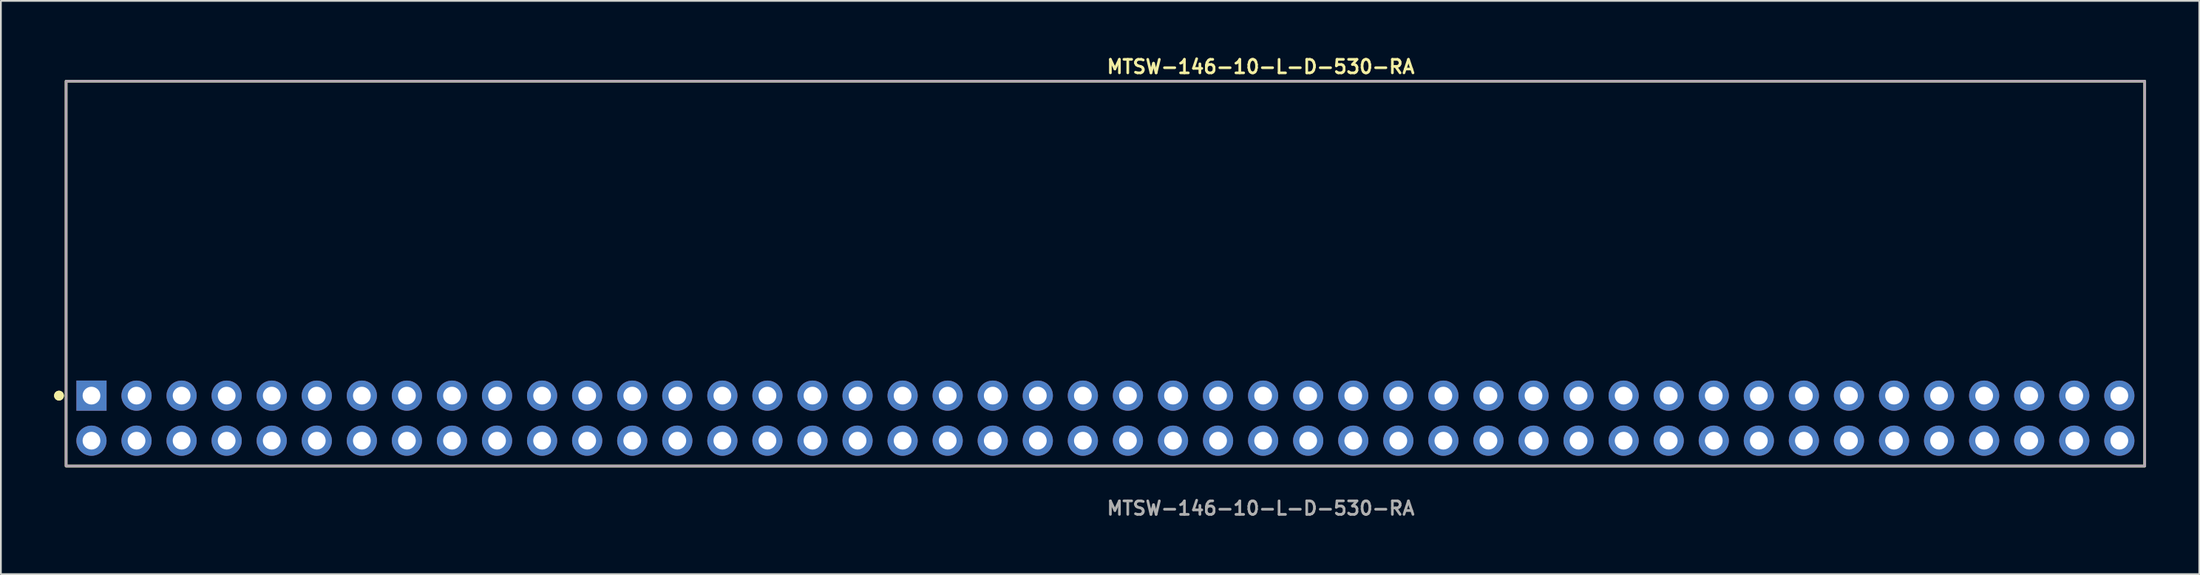
<source format=kicad_pcb>
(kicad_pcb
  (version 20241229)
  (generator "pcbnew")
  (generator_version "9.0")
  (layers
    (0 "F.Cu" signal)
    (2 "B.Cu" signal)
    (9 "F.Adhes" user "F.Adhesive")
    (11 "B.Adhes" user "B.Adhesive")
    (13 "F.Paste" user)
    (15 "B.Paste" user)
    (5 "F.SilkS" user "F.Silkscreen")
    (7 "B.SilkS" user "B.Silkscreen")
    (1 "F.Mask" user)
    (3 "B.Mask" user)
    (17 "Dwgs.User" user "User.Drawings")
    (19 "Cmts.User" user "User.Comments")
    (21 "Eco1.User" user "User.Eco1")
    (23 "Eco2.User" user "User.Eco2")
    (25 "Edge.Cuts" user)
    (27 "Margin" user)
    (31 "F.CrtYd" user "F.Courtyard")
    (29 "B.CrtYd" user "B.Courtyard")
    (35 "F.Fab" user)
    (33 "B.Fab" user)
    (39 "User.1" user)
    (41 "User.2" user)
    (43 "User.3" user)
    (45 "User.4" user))
  (footprint "MTSW-146-10-L-D-530-RA"
    (layer "F.Cu")
    (at 59.256 20.525)
    (property "Reference" "MTSW-146-10-L-D-530-RA" (at 0 -19.812 0) (unlocked yes) (layer "F.SilkS") (effects (font (size 0.762 0.762) (thickness 0.152)) (justify left)))
    (fp_rect (start -58.58 2.7) (end 58.58 -19) (stroke (width 0.152) (type solid)) (fill no) (layer "F.SilkS"))
    (fp_circle (center -58.98 -1.27) (end -59.18 -1.27) (stroke (width 0.152) (type solid)) (fill yes) (layer "F.SilkS"))
    (fp_circle (center -58.98 -1.27) (end -59.18 -1.27) (stroke (width 0.152) (type solid)) (fill yes) (layer "F.SilkS"))
    (fp_rect (start -58.58 2.7) (end 58.58 -19) (stroke (width 0.006) (type solid)) (fill no) (layer "F.CrtYd"))
    (fp_rect (start -58.58 2.7) (end 58.58 -19) (stroke (width 0.152) (type solid)) (fill no) (layer "F.Fab"))
    (fp_text user "${REFERENCE}" (at 0 5.08 0) (unlocked yes) (layer "F.Fab") (effects (font (size 0.762 0.762) (thickness 0.152)) (justify left)))
    (pad "1" thru_hole rect (at -57.15 -1.27) (size 1.7 1.7) (drill 1) (layers "*.Cu" "*.Mask"))
    (pad "2" thru_hole circle (at -57.15 1.27) (size 1.7 1.7) (drill 1) (layers "*.Cu" "*.Mask"))
    (pad "3" thru_hole circle (at -54.61 -1.27) (size 1.7 1.7) (drill 1) (layers "*.Cu" "*.Mask"))
    (pad "4" thru_hole circle (at -54.61 1.27) (size 1.7 1.7) (drill 1) (layers "*.Cu" "*.Mask"))
    (pad "5" thru_hole circle (at -52.07 -1.27) (size 1.7 1.7) (drill 1) (layers "*.Cu" "*.Mask"))
    (pad "6" thru_hole circle (at -52.07 1.27) (size 1.7 1.7) (drill 1) (layers "*.Cu" "*.Mask"))
    (pad "7" thru_hole circle (at -49.53 -1.27) (size 1.7 1.7) (drill 1) (layers "*.Cu" "*.Mask"))
    (pad "8" thru_hole circle (at -49.53 1.27) (size 1.7 1.7) (drill 1) (layers "*.Cu" "*.Mask"))
    (pad "9" thru_hole circle (at -46.99 -1.27) (size 1.7 1.7) (drill 1) (layers "*.Cu" "*.Mask"))
    (pad "10" thru_hole circle (at -46.99 1.27) (size 1.7 1.7) (drill 1) (layers "*.Cu" "*.Mask"))
    (pad "11" thru_hole circle (at -44.45 -1.27) (size 1.7 1.7) (drill 1) (layers "*.Cu" "*.Mask"))
    (pad "12" thru_hole circle (at -44.45 1.27) (size 1.7 1.7) (drill 1) (layers "*.Cu" "*.Mask"))
    (pad "13" thru_hole circle (at -41.91 -1.27) (size 1.7 1.7) (drill 1) (layers "*.Cu" "*.Mask"))
    (pad "14" thru_hole circle (at -41.91 1.27) (size 1.7 1.7) (drill 1) (layers "*.Cu" "*.Mask"))
    (pad "15" thru_hole circle (at -39.37 -1.27) (size 1.7 1.7) (drill 1) (layers "*.Cu" "*.Mask"))
    (pad "16" thru_hole circle (at -39.37 1.27) (size 1.7 1.7) (drill 1) (layers "*.Cu" "*.Mask"))
    (pad "17" thru_hole circle (at -36.83 -1.27) (size 1.7 1.7) (drill 1) (layers "*.Cu" "*.Mask"))
    (pad "18" thru_hole circle (at -36.83 1.27) (size 1.7 1.7) (drill 1) (layers "*.Cu" "*.Mask"))
    (pad "19" thru_hole circle (at -34.29 -1.27) (size 1.7 1.7) (drill 1) (layers "*.Cu" "*.Mask"))
    (pad "20" thru_hole circle (at -34.29 1.27) (size 1.7 1.7) (drill 1) (layers "*.Cu" "*.Mask"))
    (pad "21" thru_hole circle (at -31.75 -1.27) (size 1.7 1.7) (drill 1) (layers "*.Cu" "*.Mask"))
    (pad "22" thru_hole circle (at -31.75 1.27) (size 1.7 1.7) (drill 1) (layers "*.Cu" "*.Mask"))
    (pad "23" thru_hole circle (at -29.21 -1.27) (size 1.7 1.7) (drill 1) (layers "*.Cu" "*.Mask"))
    (pad "24" thru_hole circle (at -29.21 1.27) (size 1.7 1.7) (drill 1) (layers "*.Cu" "*.Mask"))
    (pad "25" thru_hole circle (at -26.67 -1.27) (size 1.7 1.7) (drill 1) (layers "*.Cu" "*.Mask"))
    (pad "26" thru_hole circle (at -26.67 1.27) (size 1.7 1.7) (drill 1) (layers "*.Cu" "*.Mask"))
    (pad "27" thru_hole circle (at -24.13 -1.27) (size 1.7 1.7) (drill 1) (layers "*.Cu" "*.Mask"))
    (pad "28" thru_hole circle (at -24.13 1.27) (size 1.7 1.7) (drill 1) (layers "*.Cu" "*.Mask"))
    (pad "29" thru_hole circle (at -21.59 -1.27) (size 1.7 1.7) (drill 1) (layers "*.Cu" "*.Mask"))
    (pad "30" thru_hole circle (at -21.59 1.27) (size 1.7 1.7) (drill 1) (layers "*.Cu" "*.Mask"))
    (pad "31" thru_hole circle (at -19.05 -1.27) (size 1.7 1.7) (drill 1) (layers "*.Cu" "*.Mask"))
    (pad "32" thru_hole circle (at -19.05 1.27) (size 1.7 1.7) (drill 1) (layers "*.Cu" "*.Mask"))
    (pad "33" thru_hole circle (at -16.51 -1.27) (size 1.7 1.7) (drill 1) (layers "*.Cu" "*.Mask"))
    (pad "34" thru_hole circle (at -16.51 1.27) (size 1.7 1.7) (drill 1) (layers "*.Cu" "*.Mask"))
    (pad "35" thru_hole circle (at -13.97 -1.27) (size 1.7 1.7) (drill 1) (layers "*.Cu" "*.Mask"))
    (pad "36" thru_hole circle (at -13.97 1.27) (size 1.7 1.7) (drill 1) (layers "*.Cu" "*.Mask"))
    (pad "37" thru_hole circle (at -11.43 -1.27) (size 1.7 1.7) (drill 1) (layers "*.Cu" "*.Mask"))
    (pad "38" thru_hole circle (at -11.43 1.27) (size 1.7 1.7) (drill 1) (layers "*.Cu" "*.Mask"))
    (pad "39" thru_hole circle (at -8.89 -1.27) (size 1.7 1.7) (drill 1) (layers "*.Cu" "*.Mask"))
    (pad "40" thru_hole circle (at -8.89 1.27) (size 1.7 1.7) (drill 1) (layers "*.Cu" "*.Mask"))
    (pad "41" thru_hole circle (at -6.35 -1.27) (size 1.7 1.7) (drill 1) (layers "*.Cu" "*.Mask"))
    (pad "42" thru_hole circle (at -6.35 1.27) (size 1.7 1.7) (drill 1) (layers "*.Cu" "*.Mask"))
    (pad "43" thru_hole circle (at -3.81 -1.27) (size 1.7 1.7) (drill 1) (layers "*.Cu" "*.Mask"))
    (pad "44" thru_hole circle (at -3.81 1.27) (size 1.7 1.7) (drill 1) (layers "*.Cu" "*.Mask"))
    (pad "45" thru_hole circle (at -1.27 -1.27) (size 1.7 1.7) (drill 1) (layers "*.Cu" "*.Mask"))
    (pad "46" thru_hole circle (at -1.27 1.27) (size 1.7 1.7) (drill 1) (layers "*.Cu" "*.Mask"))
    (pad "47" thru_hole circle (at 1.27 -1.27) (size 1.7 1.7) (drill 1) (layers "*.Cu" "*.Mask"))
    (pad "48" thru_hole circle (at 1.27 1.27) (size 1.7 1.7) (drill 1) (layers "*.Cu" "*.Mask"))
    (pad "49" thru_hole circle (at 3.81 -1.27) (size 1.7 1.7) (drill 1) (layers "*.Cu" "*.Mask"))
    (pad "50" thru_hole circle (at 3.81 1.27) (size 1.7 1.7) (drill 1) (layers "*.Cu" "*.Mask"))
    (pad "51" thru_hole circle (at 6.35 -1.27) (size 1.7 1.7) (drill 1) (layers "*.Cu" "*.Mask"))
    (pad "52" thru_hole circle (at 6.35 1.27) (size 1.7 1.7) (drill 1) (layers "*.Cu" "*.Mask"))
    (pad "53" thru_hole circle (at 8.89 -1.27) (size 1.7 1.7) (drill 1) (layers "*.Cu" "*.Mask"))
    (pad "54" thru_hole circle (at 8.89 1.27) (size 1.7 1.7) (drill 1) (layers "*.Cu" "*.Mask"))
    (pad "55" thru_hole circle (at 11.43 -1.27) (size 1.7 1.7) (drill 1) (layers "*.Cu" "*.Mask"))
    (pad "56" thru_hole circle (at 11.43 1.27) (size 1.7 1.7) (drill 1) (layers "*.Cu" "*.Mask"))
    (pad "57" thru_hole circle (at 13.97 -1.27) (size 1.7 1.7) (drill 1) (layers "*.Cu" "*.Mask"))
    (pad "58" thru_hole circle (at 13.97 1.27) (size 1.7 1.7) (drill 1) (layers "*.Cu" "*.Mask"))
    (pad "59" thru_hole circle (at 16.51 -1.27) (size 1.7 1.7) (drill 1) (layers "*.Cu" "*.Mask"))
    (pad "60" thru_hole circle (at 16.51 1.27) (size 1.7 1.7) (drill 1) (layers "*.Cu" "*.Mask"))
    (pad "61" thru_hole circle (at 19.05 -1.27) (size 1.7 1.7) (drill 1) (layers "*.Cu" "*.Mask"))
    (pad "62" thru_hole circle (at 19.05 1.27) (size 1.7 1.7) (drill 1) (layers "*.Cu" "*.Mask"))
    (pad "63" thru_hole circle (at 21.59 -1.27) (size 1.7 1.7) (drill 1) (layers "*.Cu" "*.Mask"))
    (pad "64" thru_hole circle (at 21.59 1.27) (size 1.7 1.7) (drill 1) (layers "*.Cu" "*.Mask"))
    (pad "65" thru_hole circle (at 24.13 -1.27) (size 1.7 1.7) (drill 1) (layers "*.Cu" "*.Mask"))
    (pad "66" thru_hole circle (at 24.13 1.27) (size 1.7 1.7) (drill 1) (layers "*.Cu" "*.Mask"))
    (pad "67" thru_hole circle (at 26.67 -1.27) (size 1.7 1.7) (drill 1) (layers "*.Cu" "*.Mask"))
    (pad "68" thru_hole circle (at 26.67 1.27) (size 1.7 1.7) (drill 1) (layers "*.Cu" "*.Mask"))
    (pad "69" thru_hole circle (at 29.21 -1.27) (size 1.7 1.7) (drill 1) (layers "*.Cu" "*.Mask"))
    (pad "70" thru_hole circle (at 29.21 1.27) (size 1.7 1.7) (drill 1) (layers "*.Cu" "*.Mask"))
    (pad "71" thru_hole circle (at 31.75 -1.27) (size 1.7 1.7) (drill 1) (layers "*.Cu" "*.Mask"))
    (pad "72" thru_hole circle (at 31.75 1.27) (size 1.7 1.7) (drill 1) (layers "*.Cu" "*.Mask"))
    (pad "73" thru_hole circle (at 34.29 -1.27) (size 1.7 1.7) (drill 1) (layers "*.Cu" "*.Mask"))
    (pad "74" thru_hole circle (at 34.29 1.27) (size 1.7 1.7) (drill 1) (layers "*.Cu" "*.Mask"))
    (pad "75" thru_hole circle (at 36.83 -1.27) (size 1.7 1.7) (drill 1) (layers "*.Cu" "*.Mask"))
    (pad "76" thru_hole circle (at 36.83 1.27) (size 1.7 1.7) (drill 1) (layers "*.Cu" "*.Mask"))
    (pad "77" thru_hole circle (at 39.37 -1.27) (size 1.7 1.7) (drill 1) (layers "*.Cu" "*.Mask"))
    (pad "78" thru_hole circle (at 39.37 1.27) (size 1.7 1.7) (drill 1) (layers "*.Cu" "*.Mask"))
    (pad "79" thru_hole circle (at 41.91 -1.27) (size 1.7 1.7) (drill 1) (layers "*.Cu" "*.Mask"))
    (pad "80" thru_hole circle (at 41.91 1.27) (size 1.7 1.7) (drill 1) (layers "*.Cu" "*.Mask"))
    (pad "81" thru_hole circle (at 44.45 -1.27) (size 1.7 1.7) (drill 1) (layers "*.Cu" "*.Mask"))
    (pad "82" thru_hole circle (at 44.45 1.27) (size 1.7 1.7) (drill 1) (layers "*.Cu" "*.Mask"))
    (pad "83" thru_hole circle (at 46.99 -1.27) (size 1.7 1.7) (drill 1) (layers "*.Cu" "*.Mask"))
    (pad "84" thru_hole circle (at 46.99 1.27) (size 1.7 1.7) (drill 1) (layers "*.Cu" "*.Mask"))
    (pad "85" thru_hole circle (at 49.53 -1.27) (size 1.7 1.7) (drill 1) (layers "*.Cu" "*.Mask"))
    (pad "86" thru_hole circle (at 49.53 1.27) (size 1.7 1.7) (drill 1) (layers "*.Cu" "*.Mask"))
    (pad "87" thru_hole circle (at 52.07 -1.27) (size 1.7 1.7) (drill 1) (layers "*.Cu" "*.Mask"))
    (pad "88" thru_hole circle (at 52.07 1.27) (size 1.7 1.7) (drill 1) (layers "*.Cu" "*.Mask"))
    (pad "89" thru_hole circle (at 54.61 -1.27) (size 1.7 1.7) (drill 1) (layers "*.Cu" "*.Mask"))
    (pad "90" thru_hole circle (at 54.61 1.27) (size 1.7 1.7) (drill 1) (layers "*.Cu" "*.Mask"))
    (pad "91" thru_hole circle (at 57.15 -1.27) (size 1.7 1.7) (drill 1) (layers "*.Cu" "*.Mask"))
    (pad "92" thru_hole circle (at 57.15 1.27) (size 1.7 1.7) (drill 1) (layers "*.Cu" "*.Mask")))
  (gr_rect
    (start -3 -3)
    (end 120.912 29.318)
    (stroke (width 0.1) (type default))
    (fill no)
    (layer "Edge.Cuts")))
</source>
